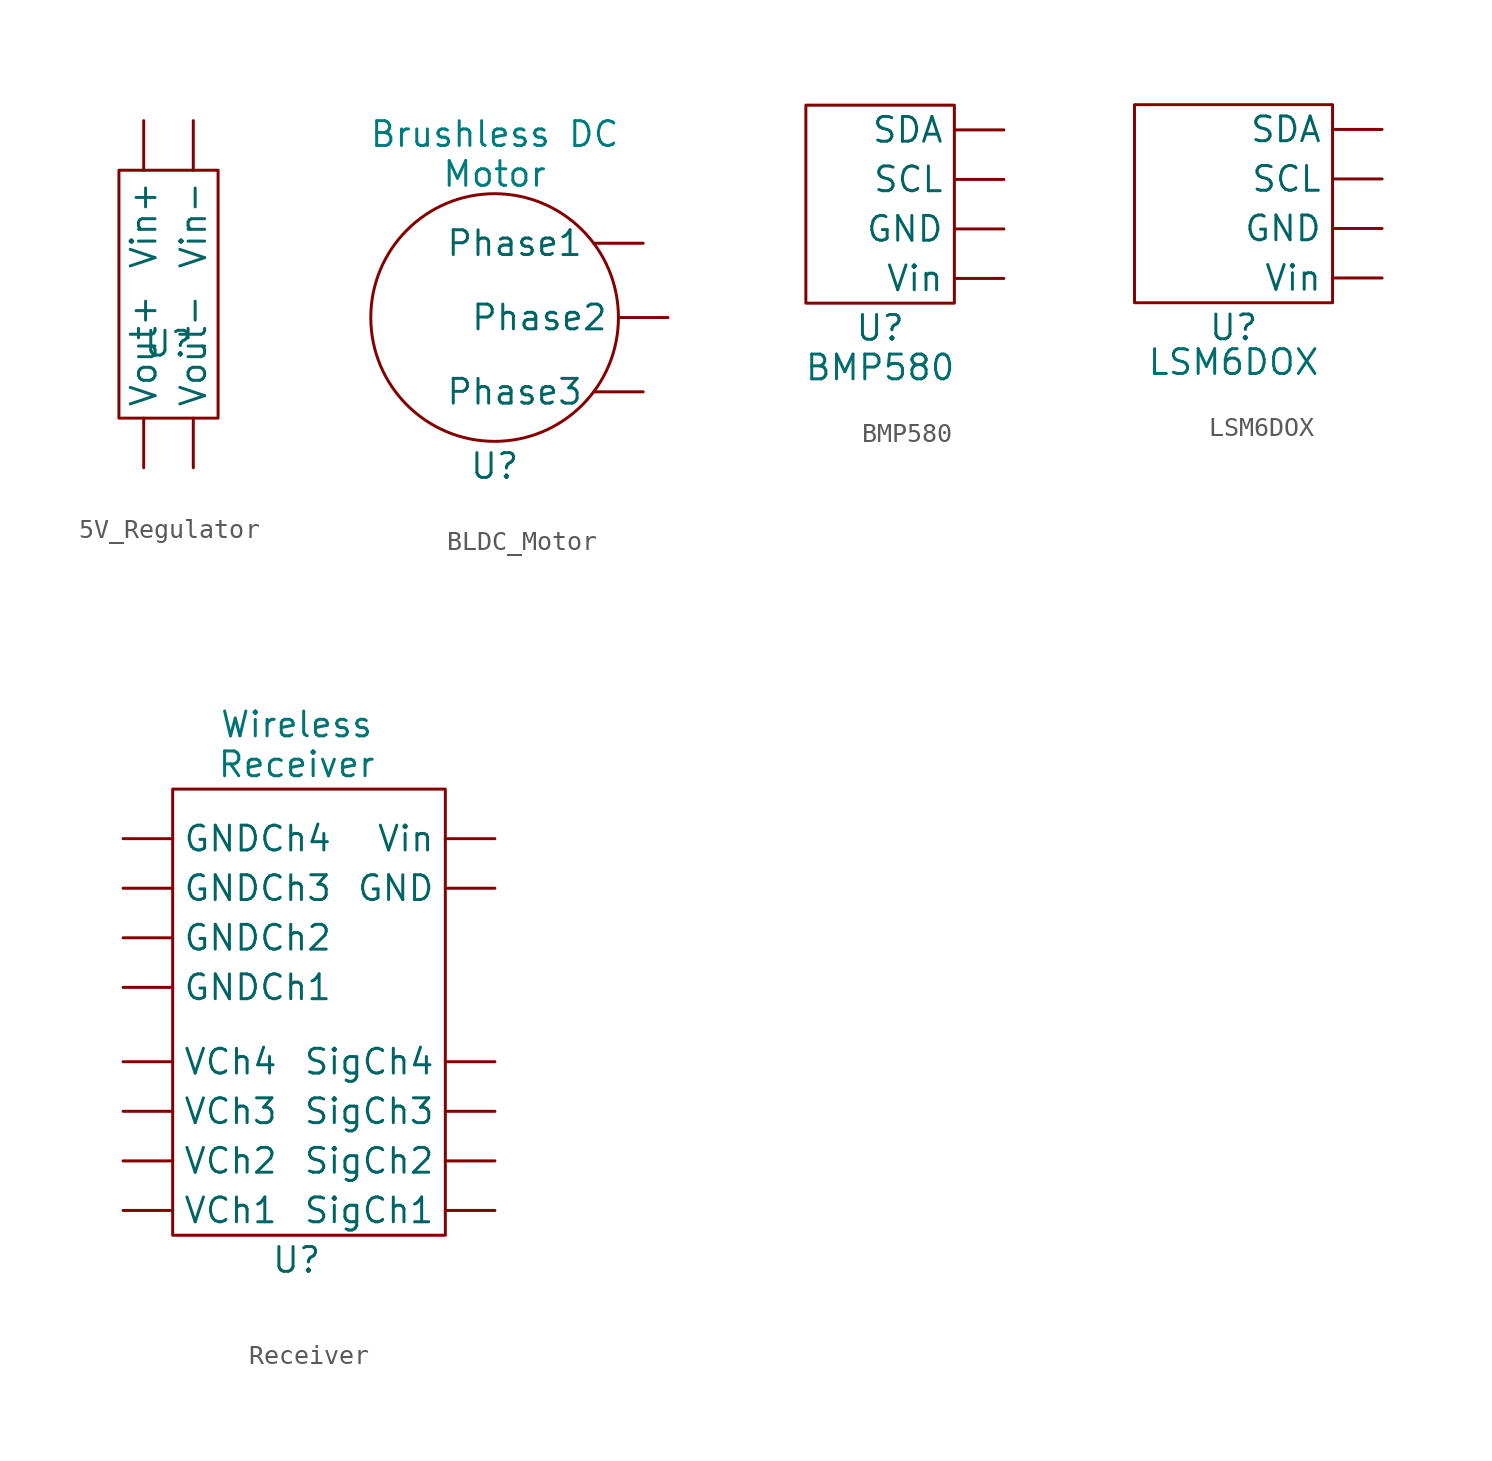
<source format=kicad_sym>
(kicad_symbol_lib
  (version 20241209)
  (generator "kicad_symbol_editor")
  (generator_version "9.0")
  (symbol "5V_Regulator"
    (property "Reference" "U"
      (at 0 0 0)
      (effects (font (size 1.27 1.27))))
    (property "Value" ""
      (at 0 0 0)
      (effects (font (size 1.27 1.27))))
    (symbol "5V_Regulator_0_1"
      (rectangle (start -2.54 8.89) (end 2.54 -3.81) (stroke (width 0) (type default)) (fill (type none))))
    (symbol "5V_Regulator_1_1"
      (pin input line (at -1.27 11.43 270) (length 2.54) (name "Vin+" (effects (font (size 1.27 1.27)))) (number "" (effects (font (size 1.27 1.27)))))
      (pin output line (at -1.27 -6.35 90) (length 2.54) (name "Vout+" (effects (font (size 1.27 1.27)))) (number "" (effects (font (size 1.27 1.27)))))
      (pin input line (at 1.27 11.43 270) (length 2.54) (name "Vin-" (effects (font (size 1.27 1.27)))) (number "" (effects (font (size 1.27 1.27)))))
      (pin output line (at 1.27 -6.35 90) (length 2.54) (name "Vout-" (effects (font (size 1.27 1.27)))) (number "" (effects (font (size 1.27 1.27)))))))
  (symbol "BLDC_Motor"
    (property "Reference" "U"
      (at 0 0 0)
      (effects (font (size 1.27 1.27))))
    (property "Value" ""
      (at 0 0 0)
      (effects (font (size 1.27 1.27))))
    (symbol "BLDC_Motor_0_1"
      (circle (center 0 7.62) (radius 6.35) (stroke (width 0) (type default)) (fill (type none))))
    (symbol "BLDC_Motor_1_1"
      (text "Brushless DC\nMotor" (at 0 16.002 0) (effects (font (size 1.27 1.27) (color 0 123 123 1))))
      (pin output line (at 7.62 11.43 180) (length 2.54) (name "Phase1" (effects (font (size 1.27 1.27)))) (number "" (effects (font (size 1.27 1.27)))))
      (pin output line (at 7.62 3.81 180) (length 2.54) (name "Phase3" (effects (font (size 1.27 1.27)))) (number "" (effects (font (size 1.27 1.27)))))
      (pin output line (at 8.89 7.62 180) (length 2.54) (name "Phase2" (effects (font (size 1.27 1.27)))) (number "" (effects (font (size 1.27 1.27)))))))
  (symbol "BMP580"
    (property "Reference" "U"
      (at 0 0 0)
      (effects (font (size 1.27 1.27))))
    (property "Value" ""
      (at 0 0 0)
      (effects (font (size 1.27 1.27))))
    (symbol "BMP580_0_1"
      (rectangle (start -3.81 11.43) (end 3.81 1.27) (stroke (width 0) (type default)) (fill (type none))))
    (symbol "BMP580_1_1"
      (text "BMP580" (at 0 -2.032 0) (effects (font (size 1.27 1.27) (color 0 109 109 1))))
      (pin input line (at 6.35 10.16 180) (length 2.54) (name "SDA" (effects (font (size 1.27 1.27)))) (number "" (effects (font (size 1.27 1.27)))))
      (pin input line (at 6.35 7.62 180) (length 2.54) (name "SCL" (effects (font (size 1.27 1.27)))) (number "" (effects (font (size 1.27 1.27)))))
      (pin input line (at 6.35 5.08 180) (length 2.54) (name "GND" (effects (font (size 1.27 1.27)))) (number "" (effects (font (size 1.27 1.27)))))
      (pin input line (at 6.35 2.54 180) (length 2.54) (name "Vin" (effects (font (size 1.27 1.27)))) (number "" (effects (font (size 1.27 1.27)))))))
  (symbol "LSM6DOX"
    (property "Reference" "U"
      (at 0 0 0)
      (effects (font (size 1.27 1.27))))
    (property "Value" ""
      (at 0 0 0)
      (effects (font (size 1.27 1.27))))
    (symbol "LSM6DOX_0_1"
      (rectangle (start -5.08 11.43) (end 5.08 1.27) (stroke (width 0) (type default)) (fill (type none))))
    (symbol "LSM6DOX_1_1"
      (text "LSM6DOX" (at 0 -1.778 0) (effects (font (size 1.27 1.27) (color 0 109 109 1))))
      (pin input line (at 7.62 10.16 180) (length 2.54) (name "SDA" (effects (font (size 1.27 1.27)))) (number "" (effects (font (size 1.27 1.27)))))
      (pin input line (at 7.62 7.62 180) (length 2.54) (name "SCL" (effects (font (size 1.27 1.27)))) (number "" (effects (font (size 1.27 1.27)))))
      (pin output line (at 7.62 5.08 180) (length 2.54) (name "GND" (effects (font (size 1.27 1.27)))) (number "" (effects (font (size 1.27 1.27)))))
      (pin input line (at 7.62 2.54 180) (length 2.54) (name "Vin" (effects (font (size 1.27 1.27)))) (number "" (effects (font (size 1.27 1.27)))))))
  (symbol "Receiver"
    (property "Reference" "U"
      (at 0 0 0)
      (effects (font (size 1.27 1.27))))
    (property "Value" ""
      (at 0 0 0)
      (effects (font (size 1.27 1.27))))
    (symbol "Receiver_0_1"
      (rectangle (start -6.35 24.13) (end 7.62 1.27) (stroke (width 0) (type default)) (fill (type none))))
    (symbol "Receiver_1_1"
      (text "Wireless\nReceiver" (at 0 26.416 0) (effects (font (size 1.27 1.27) (color 0 116 116 1))))
      (pin output line (at -8.89 21.59 0) (length 2.54) (name "GNDCh4" (effects (font (size 1.27 1.27)))) (number "" (effects (font (size 1.27 1.27)))))
      (pin output line (at -8.89 19.05 0) (length 2.54) (name "GNDCh3" (effects (font (size 1.27 1.27)))) (number "" (effects (font (size 1.27 1.27)))))
      (pin output line (at -8.89 16.51 0) (length 2.54) (name "GNDCh2" (effects (font (size 1.27 1.27)))) (number "" (effects (font (size 1.27 1.27)))))
      (pin output line (at -8.89 13.97 0) (length 2.54) (name "GNDCh1" (effects (font (size 1.27 1.27)))) (number "" (effects (font (size 1.27 1.27)))))
      (pin output line (at -8.89 10.16 0) (length 2.54) (name "VCh4" (effects (font (size 1.27 1.27)))) (number "" (effects (font (size 1.27 1.27)))))
      (pin output line (at -8.89 7.62 0) (length 2.54) (name "VCh3" (effects (font (size 1.27 1.27)))) (number "" (effects (font (size 1.27 1.27)))))
      (pin output line (at -8.89 5.08 0) (length 2.54) (name "VCh2" (effects (font (size 1.27 1.27)))) (number "" (effects (font (size 1.27 1.27)))))
      (pin output line (at -8.89 2.54 0) (length 2.54) (name "VCh1" (effects (font (size 1.27 1.27)))) (number "" (effects (font (size 1.27 1.27)))))
      (pin output line (at 10.16 21.59 180) (length 2.54) (name "Vin" (effects (font (size 1.27 1.27)))) (number "" (effects (font (size 1.27 1.27)))))
      (pin output line (at 10.16 19.05 180) (length 2.54) (name "GND" (effects (font (size 1.27 1.27)))) (number "" (effects (font (size 1.27 1.27)))))
      (pin output line (at 10.16 10.16 180) (length 2.54) (name "SigCh4" (effects (font (size 1.27 1.27)))) (number "" (effects (font (size 1.27 1.27)))))
      (pin output line (at 10.16 7.62 180) (length 2.54) (name "SigCh3" (effects (font (size 1.27 1.27)))) (number "" (effects (font (size 1.27 1.27)))))
      (pin output line (at 10.16 5.08 180) (length 2.54) (name "SigCh2" (effects (font (size 1.27 1.27)))) (number "" (effects (font (size 1.27 1.27)))))
      (pin output line (at 10.16 2.54 180) (length 2.54) (name "SigCh1" (effects (font (size 1.27 1.27)))) (number "" (effects (font (size 1.27 1.27))))))))
</source>
